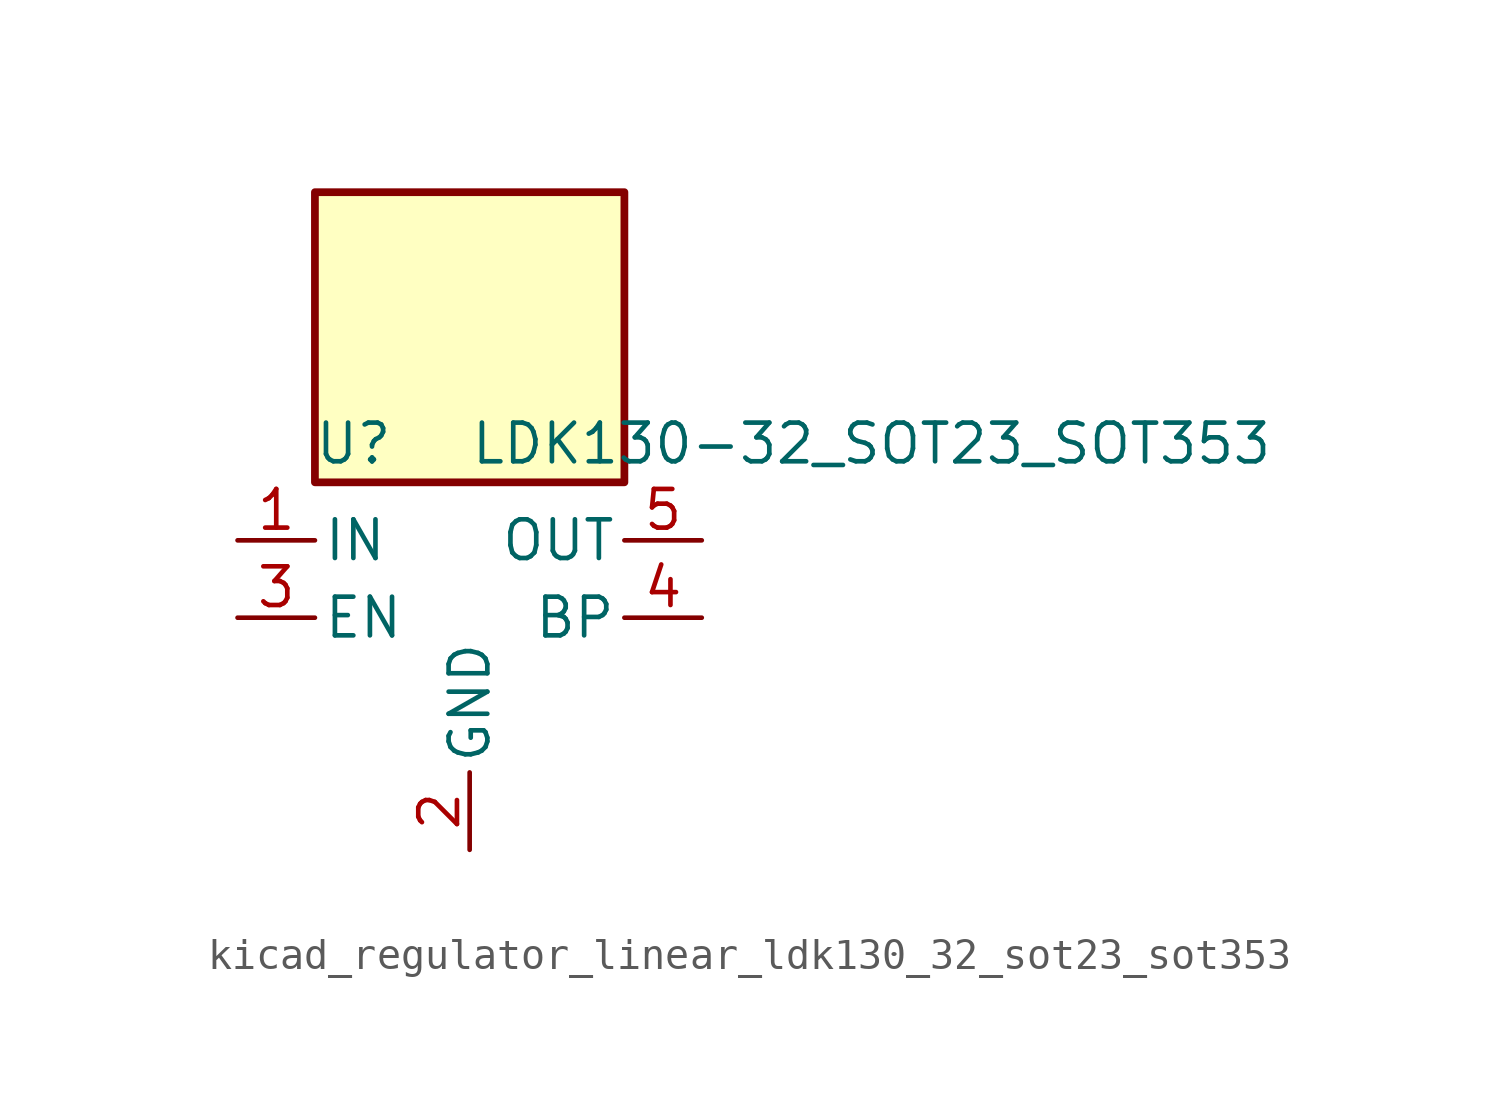
<source format=kicad_sym>
(kicad_symbol_lib
  (version 20220914)
  (generator kicad_symbol_editor)
  (symbol "kicad_regulator_linear_ldk130_32_sot23_sot353"
    (pin_names
      (offset 0.254))
    (property "Reference" "U"
      (at -3.81 5.715 0)
      (effects (font (size 1.27 1.27))))
    (property "Value" "LDK130-32_SOT23_SOT353"
      (at 0 5.715 0)
      (effects (font (size 1.27 1.27)) (justify left)))
    (symbol "kicad_regulator_linear_ldk130_32_sot23_sot353_0_1"
      (rectangle (start 5.08 13.97) (end -5.08 4.445) (stroke (width 0.254) (type default)) (fill (type background))))
    (symbol "kicad_regulator_linear_ldk130_32_sot23_sot353_1_1"
      (pin power_in line (at -7.62 2.54 0) (length 2.54) (name "IN" (effects (font (size 1.27 1.27)))) (number "1" (effects (font (size 1.27 1.27)))))
      (pin power_in line (at 0 -7.62 90) (length 2.54) (name "GND" (effects (font (size 1.27 1.27)))) (number "2" (effects (font (size 1.27 1.27)))))
      (pin input line (at -7.62 0 0) (length 2.54) (name "EN" (effects (font (size 1.27 1.27)))) (number "3" (effects (font (size 1.27 1.27)))))
      (pin passive line (at 7.62 0 180) (length 2.54) (name "BP" (effects (font (size 1.27 1.27)))) (number "4" (effects (font (size 1.27 1.27)))))
      (pin power_out line (at 7.62 2.54 180) (length 2.54) (name "OUT" (effects (font (size 1.27 1.27)))) (number "5" (effects (font (size 1.27 1.27))))))))
</source>
